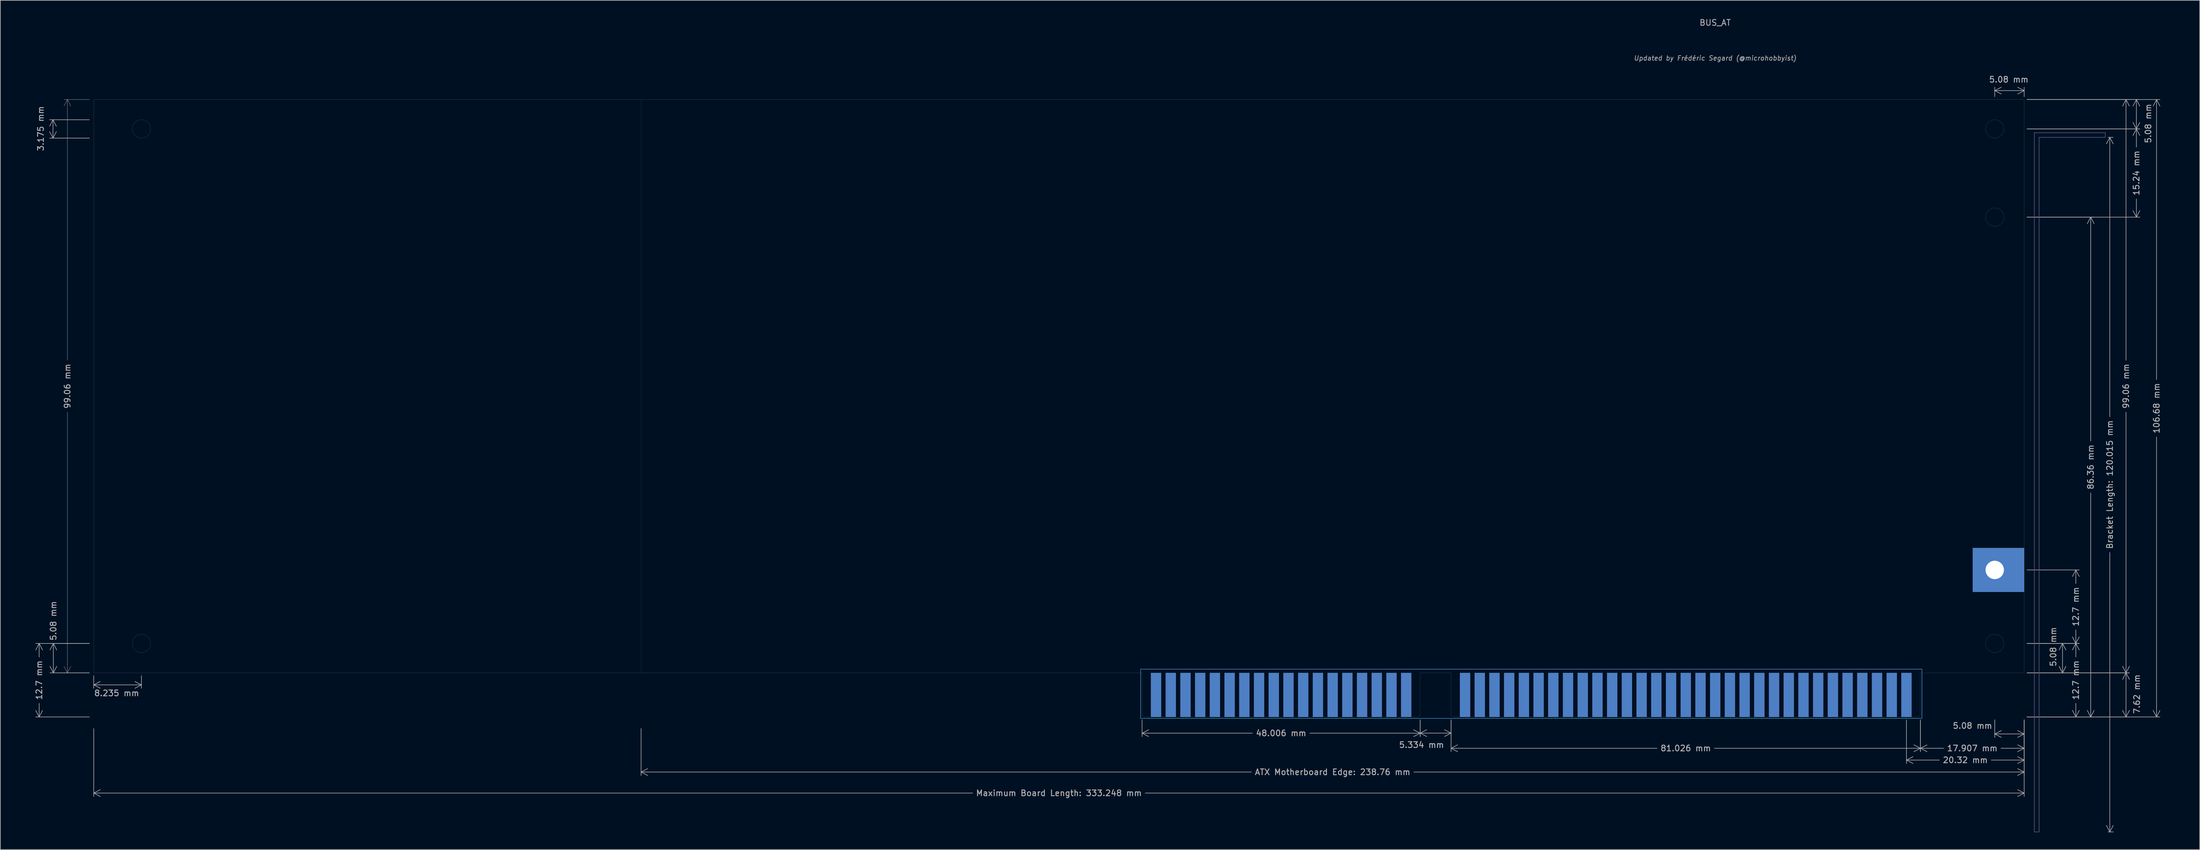
<source format=kicad_pcb>
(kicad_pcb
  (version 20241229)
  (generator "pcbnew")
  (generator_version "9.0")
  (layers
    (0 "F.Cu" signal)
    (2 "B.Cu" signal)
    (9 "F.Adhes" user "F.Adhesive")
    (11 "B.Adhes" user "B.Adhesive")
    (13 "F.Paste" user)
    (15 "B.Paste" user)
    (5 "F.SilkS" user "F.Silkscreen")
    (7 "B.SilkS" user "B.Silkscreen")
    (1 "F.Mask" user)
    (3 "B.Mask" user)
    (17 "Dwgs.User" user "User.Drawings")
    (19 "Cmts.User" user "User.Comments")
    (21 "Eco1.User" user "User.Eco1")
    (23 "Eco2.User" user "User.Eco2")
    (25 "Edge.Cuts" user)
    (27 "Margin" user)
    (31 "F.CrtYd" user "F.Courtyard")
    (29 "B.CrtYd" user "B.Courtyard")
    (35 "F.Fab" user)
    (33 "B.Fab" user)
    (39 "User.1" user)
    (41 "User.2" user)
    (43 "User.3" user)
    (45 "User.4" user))
  (footprint "BUS_AT"
    (layer "F.Cu")
    (at 326.058 120.83)
    (property "Reference" "BUS_AT" (at -33.02 -119.38 0) (layer "F.Fab") (effects (font (size 1 1) (thickness 0.15)) (justify bottom)))
    (attr exclude_from_pos_files exclude_from_bom)
    (fp_line (start -312.928 -7.62) (end -312.928 -106.68) (stroke (width 0.01) (type default)) (layer "Edge.Cuts"))
    (fp_line (start -218.44 -106.68) (end -312.928 -106.68) (stroke (width 0.01) (type default)) (layer "Edge.Cuts"))
    (fp_line (start -218.44 -106.68) (end 20.32 -106.68) (stroke (width 0.01) (type default)) (layer "Edge.Cuts"))
    (fp_line (start -218.44 -7.62) (end -312.928 -7.62) (stroke (width 0.01) (type default)) (layer "Edge.Cuts"))
    (fp_line (start -131.953 -7.62) (end -218.44 -7.62) (stroke (width 0.01) (type default)) (layer "Edge.Cuts"))
    (fp_line (start -131.953 -0.5) (end -131.953 -7.62) (stroke (width 0.01) (type default)) (layer "Edge.Cuts"))
    (fp_line (start -131.453 0) (end -84.447 0) (stroke (width 0.01) (type default)) (layer "Edge.Cuts"))
    (fp_line (start -83.947 -7.62) (end -78.613 -7.62) (stroke (width 0.01) (type default)) (layer "Edge.Cuts"))
    (fp_line (start -83.947 -0.5) (end -83.947 -7.62) (stroke (width 0.01) (type default)) (layer "Edge.Cuts"))
    (fp_line (start -78.613 -0.5) (end -78.613 -7.62) (stroke (width 0.01) (type default)) (layer "Edge.Cuts"))
    (fp_line (start 1.913 0) (end -78.113 0) (stroke (width 0.01) (type default)) (layer "Edge.Cuts"))
    (fp_line (start 2.413 -0.5) (end 2.413 -7.62) (stroke (width 0.01) (type default)) (layer "Edge.Cuts"))
    (fp_line (start 20.32 -7.62) (end 2.413 -7.62) (stroke (width 0.01) (type default)) (layer "Edge.Cuts"))
    (fp_line (start 20.32 -7.62) (end 20.32 -106.68) (stroke (width 0.01) (type default)) (layer "Edge.Cuts"))
    (fp_arc (start -131.453 0) (mid -131.806554 -0.146446) (end -131.953 -0.5) (stroke (width 0.01) (type default)) (layer "Edge.Cuts"))
    (fp_arc (start -83.947 -0.5) (mid -84.093446 -0.146446) (end -84.447 0) (stroke (width 0.01) (type default)) (layer "Edge.Cuts"))
    (fp_arc (start -78.113 0) (mid -78.466554 -0.146446) (end -78.613 -0.5) (stroke (width 0.01) (type default)) (layer "Edge.Cuts"))
    (fp_arc (start 2.413 -0.5) (mid 2.266554 -0.146446) (end 1.913 0) (stroke (width 0.01) (type default)) (layer "Edge.Cuts"))
    (fp_circle (center -304.692 -101.6) (end -303.104 -101.6) (stroke (width 0.01) (type default)) (fill no) (layer "Edge.Cuts"))
    (fp_circle (center -304.692 -12.7) (end -303.104 -12.7) (stroke (width 0.01) (type default)) (fill no) (layer "Edge.Cuts"))
    (fp_circle (center 15.24 -101.6) (end 16.828 -101.6) (stroke (width 0.01) (type default)) (fill no) (layer "Edge.Cuts"))
    (fp_circle (center 15.24 -86.36) (end 16.828 -86.36) (stroke (width 0.01) (type default)) (fill no) (layer "Edge.Cuts"))
    (fp_circle (center 15.24 -12.7) (end 16.828 -12.7) (stroke (width 0.01) (type default)) (fill no) (layer "Edge.Cuts"))
    (fp_rect (start 2.667 -8.255) (end -132.207 0.254) (stroke (width 0.05) (type default)) (fill no) (layer "B.CrtYd"))
    (fp_rect (start -132.207 0.254) (end 2.667 -8.255) (stroke (width 0.05) (type default)) (fill no) (layer "F.CrtYd"))
    (fp_line (start 22.079 -100.941) (end 22.079 19.868) (stroke (width 0.1) (type default)) (layer "B.Fab"))
    (fp_line (start 22.079 19.868) (end 22.892 19.868) (stroke (width 0.1) (type default)) (layer "B.Fab"))
    (fp_line (start 22.892 -100.146) (end 34.322 -100.147) (stroke (width 0.1) (type default)) (layer "B.Fab"))
    (fp_line (start 22.892 19.868) (end 22.892 -100.146) (stroke (width 0.1) (type default)) (layer "B.Fab"))
    (fp_line (start 34.322 -100.941) (end 22.079 -100.941) (stroke (width 0.1) (type default)) (layer "B.Fab"))
    (fp_line (start 34.322 -100.147) (end 34.322 -100.941) (stroke (width 0.1) (type default)) (layer "B.Fab"))
    (fp_line (start -218.44 -7.62) (end -218.44 -106.68) (stroke (width 0.01) (type default)) (layer "F.Fab"))
    (fp_rect (start -312.928 -7.62) (end -312.127 0) (stroke (width 0.000025) (type default)) (fill no) (layer "F.Fab"))
    (fp_rect (start 11.43 -29.21) (end 20.32 -21.59) (stroke (width 0.001) (type default)) (fill no) (layer "F.Fab"))
    (fp_text user "Updated by Frédéric Segard (@microhobbyist)" (at -33.02 -114.3 0) (layer "F.Fab") (effects (font (size 0.8 0.8) (thickness 0.12) (italic yes)) (justify top)))
    (dimension (type aligned) (layer "F.Fab") (pts (xy 12.876 113.21) (xy 12.876 14.15)) (height -4.29) (format (prefix "") (suffix "") (units 3) (units_format 1) (precision 4) (suppress_zeroes yes)) (style (thickness 0.05) (arrow_length 1.27) (text_position_mode 1) (arrow_direction outward) (extension_height 0.586) (extension_offset 0.5) (keep_text_aligned yes)) (gr_text "99.06 mm" (at 8.586 63.68 90) (layer "F.Fab") (effects (font (size 1 1) (thickness 0.15)))))
    (dimension (type aligned) (layer "F.Fab") (pts (xy 346.378 108.13) (xy 346.378 95.43)) (height 8.918) (format (prefix "") (suffix "") (units 3) (units_format 1) (precision 4) (suppress_zeroes yes)) (style (thickness 0.1) (arrow_length 1.27) (text_position_mode 1) (arrow_direction outward) (extension_height 0.586) (extension_offset 0.5) (keep_text_aligned yes)) (gr_text "12.7 mm" (at 355.296 101.78 90) (layer "F.Fab") (effects (font (size 1 1) (thickness 0.15)))))
    (dimension (type aligned) (layer "F.Fab") (pts (xy 346.378 120.83) (xy 346.378 34.47)) (height 11.483) (format (prefix "") (suffix "") (units 3) (units_format 1) (precision 4) (suppress_zeroes yes)) (style (thickness 0.1) (arrow_length 1.27) (text_position_mode 1) (arrow_direction outward) (extension_height 0.586) (extension_offset 0.5) (keep_text_aligned yes)) (gr_text "86.36 mm" (at 357.862 77.65 90) (layer "F.Fab") (effects (font (size 1 1) (thickness 0.15)))))
    (dimension (type aligned) (layer "F.Fab") (pts (xy 346.378 34.47) (xy 346.378 19.23)) (height 19.371) (format (prefix "") (suffix "") (units 3) (units_format 1) (precision 4) (suppress_zeroes yes)) (style (thickness 0.1) (arrow_length 1.27) (text_position_mode 1) (arrow_direction outward) (extension_height 0.586) (extension_offset 0.5) (keep_text_aligned yes)) (gr_text "15.24 mm" (at 365.75 26.85 90) (layer "F.Fab") (effects (font (size 1 1) (thickness 0.15)))))
    (dimension (type aligned) (layer "F.Fab") (pts (xy 12.876 17.642) (xy 12.876 20.817)) (height 6.778) (format (prefix "") (suffix "") (units 3) (units_format 1) (precision 4) (suppress_zeroes yes)) (style (thickness 0.1) (arrow_length 1.27) (text_position_mode 2) (arrow_direction outward) (extension_height 0.586) (extension_offset 0.5) (keep_text_aligned yes)) (gr_text "3.175 mm" (at 3.982 19.169 90) (layer "F.Fab") (effects (font (size 1 1) (thickness 0.15)))))
    (dimension (type aligned) (layer "F.Fab") (pts (xy 12.876 113.21) (xy 12.876 108.13)) (height -6.718) (format (prefix "") (suffix "") (units 3) (units_format 1) (precision 4) (suppress_zeroes yes)) (style (thickness 0.1) (arrow_length 1.27) (text_position_mode 2) (arrow_direction outward) (extension_height 0.586) (extension_offset 0.5) (keep_text_aligned yes)) (gr_text "5.08 mm" (at 6.167 107.701 90) (layer "F.Fab") (effects (font (size 1 1) (thickness 0.15)) (justify left))))
    (dimension (type aligned) (layer "F.Fab") (pts (xy 328.471 120.83) (xy 346.378 120.83)) (height 5.413) (format (prefix "") (suffix "") (units 3) (units_format 1) (precision 4) (suppress_zeroes yes)) (style (thickness 0.1) (arrow_length 1.27) (text_position_mode 1) (arrow_direction outward) (extension_height 0.586) (extension_offset 0.5) (keep_text_aligned yes)) (gr_text "17.907 mm" (at 337.425 126.243 0) (layer "F.Fab") (effects (font (size 1 1) (thickness 0.15)))))
    (dimension (type aligned) (layer "F.Fab") (pts (xy 346.378 14.15) (xy 341.298 14.15)) (height 1.541) (format (prefix "") (suffix "") (units 3) (units_format 1) (precision 4) (suppress_zeroes yes)) (style (thickness 0.1) (arrow_length 1.27) (text_position_mode 2) (arrow_direction outward) (extension_height 0.586) (extension_offset 0.5) (keep_text_aligned yes)) (gr_text "5.08 mm" (at 343.726 10.69 0) (layer "F.Fab") (effects (font (size 1 1) (thickness 0.15)))))
    (dimension (type aligned) (layer "F.Fab") (pts (xy 346.378 113.21) (xy 346.378 120.83)) (height -17.579) (format (prefix "") (suffix "") (units 3) (units_format 1) (precision 4) (suppress_zeroes yes)) (style (thickness 0.1) (arrow_length 1.27) (text_position_mode 2) (arrow_direction outward) (extension_height 0.586) (extension_offset 0.5) (keep_text_aligned yes)) (gr_text "7.62 mm" (at 365.835 116.894 90) (layer "F.Fab") (effects (font (size 1 1) (thickness 0.15)))))
    (dimension (type aligned) (layer "F.Fab") (pts (xy 360.38 20.683) (xy 360.38 140.698)) (height -0.781) (format (prefix "Bracket Length: ") (suffix "") (units 3) (units_format 1) (precision 4) (suppress_zeroes yes)) (style (thickness 0.1) (arrow_length 1.27) (text_position_mode 1) (arrow_direction outward) (extension_height 0.586) (extension_offset 0.5)) (gr_text "Bracket Length: 120.015 mm" (at 361.161 80.691 90) (layer "F.Fab") (effects (font (size 1 1) (thickness 0.15)))))
    (dimension (type aligned) (layer "F.Fab") (pts (xy 346.378 19.23) (xy 346.378 14.15)) (height 19.372) (format (prefix "") (suffix "") (units 3) (units_format 1) (precision 4) (suppress_zeroes yes)) (style (thickness 0.1) (arrow_length 1.27) (text_position_mode 2) (arrow_direction outward) (extension_height 0.586) (extension_offset 0.5) (keep_text_aligned yes)) (gr_text "5.08 mm" (at 367.792 14.809 90) (layer "F.Fab") (effects (font (size 1 1) (thickness 0.15)) (justify right))))
    (dimension (type aligned) (layer "F.Fab") (pts (xy 12.876 120.83) (xy 12.876 108.13)) (height -9.168) (format (prefix "") (suffix "") (units 3) (units_format 1) (precision 4) (suppress_zeroes yes)) (style (thickness 0.1) (arrow_length 1.27) (text_position_mode 1) (arrow_direction outward) (extension_height 0.586) (extension_offset 0.5) (keep_text_aligned yes)) (gr_text "12.7 mm" (at 3.708 114.48 90) (layer "F.Fab") (effects (font (size 1 1) (thickness 0.15)))))
    (dimension (type aligned) (layer "F.Fab") (pts (xy 346.378 120.83) (xy 107.618 120.83)) (height -9.522) (format (prefix "ATX Motherboard Edge: ") (suffix "") (units 3) (units_format 1) (precision 4) (suppress_zeroes yes)) (style (thickness 0.1) (arrow_length 1.27) (text_position_mode 1) (arrow_direction outward) (extension_height 0.586) (extension_offset 2) (keep_text_aligned yes)) (gr_text "ATX Motherboard Edge: 238.76 mm" (at 226.998 130.352 0) (layer "F.Fab") (effects (font (size 1 1) (thickness 0.15)))))
    (dimension (type aligned) (layer "F.Fab") (pts (xy 346.378 113.21) (xy 346.378 108.13)) (height 6.62) (format (prefix "") (suffix "") (units 3) (units_format 1) (precision 4) (suppress_zeroes yes)) (style (thickness 0.1) (arrow_length 1.27) (text_position_mode 2) (arrow_direction outward) (extension_height 0.586) (extension_offset 0.5) (keep_text_aligned yes)) (gr_text "5.08 mm" (at 351.399 112.185 90) (layer "F.Fab") (effects (font (size 1 1) (thickness 0.15)) (justify left))))
    (dimension (type aligned) (layer "F.Fab") (pts (xy 346.378 113.21) (xy 346.378 14.15)) (height 17.579) (format (prefix "") (suffix "") (units 3) (units_format 1) (precision 4) (suppress_zeroes yes)) (style (thickness 0.1) (arrow_length 1.27) (text_position_mode 1) (arrow_direction outward) (extension_height 0.586) (extension_offset 0.5) (keep_text_aligned yes)) (gr_text "99.06 mm" (at 363.957 63.68 90) (layer "F.Fab") (effects (font (size 1 1) (thickness 0.15)))))
    (dimension (type aligned) (layer "F.Fab") (pts (xy 194.105 120.83) (xy 242.111 120.83)) (height 2.806) (format (prefix "") (suffix "") (units 3) (units_format 1) (precision 4) (suppress_zeroes yes)) (style (thickness 0.1) (arrow_length 1.27) (text_position_mode 1) (arrow_direction outward) (extension_height 0.586) (extension_offset 0.5) (keep_text_aligned yes)) (gr_text "48.006 mm" (at 218.108 123.636 0) (layer "F.Fab") (effects (font (size 1 1) (thickness 0.15)))))
    (dimension (type aligned) (layer "F.Fab") (pts (xy 346.378 120.83) (xy 346.378 108.13)) (height 8.918) (format (prefix "") (suffix "") (units 3) (units_format 1) (precision 4) (suppress_zeroes yes)) (style (thickness 0.1) (arrow_length 1.27) (text_position_mode 1) (arrow_direction outward) (extension_height 0.586) (extension_offset 0.5) (keep_text_aligned yes)) (gr_text "12.7 mm" (at 355.296 114.48 90) (layer "F.Fab") (effects (font (size 1 1) (thickness 0.15)))))
    (dimension (type aligned) (layer "F.Fab") (pts (xy 346.378 120.83) (xy 13.13 120.83)) (height -13.154) (format (prefix "Maximum Board Length: ") (suffix "") (units 3) (units_format 1) (precision 4) (suppress_zeroes yes)) (style (thickness 0.1) (arrow_length 1.27) (text_position_mode 1) (arrow_direction outward) (extension_height 0.586) (extension_offset 2) (keep_text_aligned yes)) (gr_text "Maximum Board Length: 333.248 mm" (at 179.754 133.984 0) (layer "F.Fab") (effects (font (size 1 1) (thickness 0.15)))))
    (dimension (type aligned) (layer "F.Fab") (pts (xy 326.058 120.83) (xy 346.378 120.83)) (height 7.453) (format (prefix "") (suffix "") (units 3) (units_format 1) (precision 4) (suppress_zeroes yes)) (style (thickness 0.1) (arrow_length 1.27) (text_position_mode 1) (arrow_direction outward) (extension_height 0.586) (extension_offset 0.5) (keep_text_aligned yes)) (gr_text "20.32 mm" (at 336.218 128.283 0) (layer "F.Fab") (effects (font (size 1 1) (thickness 0.15)))))
    (dimension (type aligned) (layer "F.Fab") (pts (xy 21.366 113.21) (xy 13.131 113.21)) (height -2.078) (format (prefix "") (suffix "") (units 3) (units_format 1) (precision 4) (suppress_zeroes yes)) (style (thickness 0.1) (arrow_length 1.27) (text_position_mode 2) (arrow_direction outward) (extension_height 0.586) (extension_offset 0.5) (keep_text_aligned yes)) (gr_text "8.235 mm" (at 17.096 116.722 0) (layer "F.Fab") (effects (font (size 1 1) (thickness 0.15)))))
    (dimension (type aligned) (layer "F.Fab") (pts (xy 346.378 120.83) (xy 346.378 14.15)) (height 22.851) (format (prefix "") (suffix "") (units 3) (units_format 1) (precision 4) (suppress_zeroes yes)) (style (thickness 0.1) (arrow_length 1.27) (text_position_mode 1) (arrow_direction outward) (extension_height 0.586) (extension_offset 0.5) (keep_text_aligned yes)) (gr_text "106.68 mm" (at 369.229 67.49 90) (layer "F.Fab") (effects (font (size 1 1) (thickness 0.15)))))
    (dimension (type aligned) (layer "F.Fab") (pts (xy 242.111 120.83) (xy 247.445 120.83)) (height 2.794) (format (prefix "") (suffix "") (units 3) (units_format 1) (precision 4) (suppress_zeroes yes)) (style (thickness 0.1) (arrow_length 1.27) (text_position_mode 2) (arrow_direction outward) (extension_height 0.586) (extension_offset 0.5) (keep_text_aligned yes)) (gr_text "5.334 mm" (at 246.302 125.656 0) (layer "F.Fab") (effects (font (size 1 1) (thickness 0.15)) (justify right))))
    (dimension (type aligned) (layer "F.Fab") (pts (xy 341.298 120.83) (xy 346.378 120.83)) (height 2.942) (format (prefix "") (suffix "") (units 3) (units_format 1) (precision 4) (suppress_zeroes yes)) (style (thickness 0.1) (arrow_length 1.27) (text_position_mode 2) (arrow_direction outward) (extension_height 0.586) (extension_offset 0.5) (keep_text_aligned yes)) (gr_text "5.08 mm" (at 340.939 122.352 0) (layer "F.Fab") (effects (font (size 1 1) (thickness 0.15)) (justify right))))
    (dimension (type aligned) (layer "F.Fab") (pts (xy 247.445 120.83) (xy 328.471 120.83)) (height 5.413) (format (prefix "") (suffix "") (units 3) (units_format 1) (precision 4) (suppress_zeroes yes)) (style (thickness 0.1) (arrow_length 1.27) (text_position_mode 1) (arrow_direction outward) (extension_height 0.586) (extension_offset 0.5) (keep_text_aligned yes)) (gr_text "81.026 mm" (at 287.958 126.243 0) (layer "F.Fab") (effects (font (size 1 1) (thickness 0.15)))))
    (pad "0" thru_hole rect (at 15.24 -25.4) (size 8.89 7.62) (drill 3.175 (offset 0.635 0)) (layers "*.Cu" "*.Mask"))
    (pad "1" connect rect (at 0 -3.81) (size 1.78 7.62) (layers "B.Cu" "B.Mask"))
    (pad "2" connect rect (at -2.54 -3.81) (size 1.78 7.62) (layers "B.Cu" "B.Mask"))
    (pad "3" connect rect (at -5.08 -3.81) (size 1.78 7.62) (layers "B.Cu" "B.Mask"))
    (pad "4" connect rect (at -7.62 -3.81) (size 1.78 7.62) (layers "B.Cu" "B.Mask"))
    (pad "5" connect rect (at -10.16 -3.81) (size 1.78 7.62) (layers "B.Cu" "B.Mask"))
    (pad "6" connect rect (at -12.7 -3.81) (size 1.78 7.62) (layers "B.Cu" "B.Mask"))
    (pad "7" connect rect (at -15.24 -3.81) (size 1.78 7.62) (layers "B.Cu" "B.Mask"))
    (pad "8" connect rect (at -17.78 -3.81) (size 1.78 7.62) (layers "B.Cu" "B.Mask"))
    (pad "9" connect rect (at -20.32 -3.81) (size 1.78 7.62) (layers "B.Cu" "B.Mask"))
    (pad "10" connect rect (at -22.86 -3.81) (size 1.78 7.62) (layers "B.Cu" "B.Mask"))
    (pad "11" connect rect (at -25.4 -3.81) (size 1.78 7.62) (layers "B.Cu" "B.Mask"))
    (pad "12" connect rect (at -27.94 -3.81) (size 1.78 7.62) (layers "B.Cu" "B.Mask"))
    (pad "13" connect rect (at -30.48 -3.81) (size 1.78 7.62) (layers "B.Cu" "B.Mask"))
    (pad "14" connect rect (at -33.02 -3.81) (size 1.78 7.62) (layers "B.Cu" "B.Mask"))
    (pad "15" connect rect (at -35.56 -3.81) (size 1.78 7.62) (layers "B.Cu" "B.Mask"))
    (pad "16" connect rect (at -38.1 -3.81) (size 1.78 7.62) (layers "B.Cu" "B.Mask"))
    (pad "17" connect rect (at -40.64 -3.81) (size 1.78 7.62) (layers "B.Cu" "B.Mask"))
    (pad "18" connect rect (at -43.18 -3.81) (size 1.78 7.62) (layers "B.Cu" "B.Mask"))
    (pad "19" connect rect (at -45.72 -3.81) (size 1.78 7.62) (layers "B.Cu" "B.Mask"))
    (pad "20" connect rect (at -48.26 -3.81) (size 1.78 7.62) (layers "B.Cu" "B.Mask"))
    (pad "21" connect rect (at -50.8 -3.81) (size 1.78 7.62) (layers "B.Cu" "B.Mask"))
    (pad "22" connect rect (at -53.34 -3.81) (size 1.78 7.62) (layers "B.Cu" "B.Mask"))
    (pad "23" connect rect (at -55.88 -3.81) (size 1.78 7.62) (layers "B.Cu" "B.Mask"))
    (pad "24" connect rect (at -58.42 -3.81) (size 1.78 7.62) (layers "B.Cu" "B.Mask"))
    (pad "25" connect rect (at -60.96 -3.81) (size 1.78 7.62) (layers "B.Cu" "B.Mask"))
    (pad "26" connect rect (at -63.5 -3.81) (size 1.78 7.62) (layers "B.Cu" "B.Mask"))
    (pad "27" connect rect (at -66.04 -3.81) (size 1.78 7.62) (layers "B.Cu" "B.Mask"))
    (pad "28" connect rect (at -68.58 -3.81) (size 1.78 7.62) (layers "B.Cu" "B.Mask"))
    (pad "29" connect rect (at -71.12 -3.81) (size 1.78 7.62) (layers "B.Cu" "B.Mask"))
    (pad "30" connect rect (at -73.66 -3.81) (size 1.78 7.62) (layers "B.Cu" "B.Mask"))
    (pad "31" connect rect (at -76.2 -3.81) (size 1.78 7.62) (layers "B.Cu" "B.Mask"))
    (pad "32" connect rect (at 0 -3.81) (size 1.78 7.62) (layers "F.Cu" "F.Mask"))
    (pad "33" connect rect (at -2.54 -3.81) (size 1.78 7.62) (layers "F.Cu" "F.Mask"))
    (pad "34" connect rect (at -5.08 -3.81) (size 1.78 7.62) (layers "F.Cu" "F.Mask"))
    (pad "35" connect rect (at -7.62 -3.81) (size 1.78 7.62) (layers "F.Cu" "F.Mask"))
    (pad "36" connect rect (at -10.16 -3.81) (size 1.78 7.62) (layers "F.Cu" "F.Mask"))
    (pad "37" connect rect (at -12.7 -3.81) (size 1.78 7.62) (layers "F.Cu" "F.Mask"))
    (pad "38" connect rect (at -15.24 -3.81) (size 1.78 7.62) (layers "F.Cu" "F.Mask"))
    (pad "39" connect rect (at -17.78 -3.81) (size 1.78 7.62) (layers "F.Cu" "F.Mask"))
    (pad "40" connect rect (at -20.32 -3.81) (size 1.78 7.62) (layers "F.Cu" "F.Mask"))
    (pad "41" connect rect (at -22.86 -3.81) (size 1.78 7.62) (layers "F.Cu" "F.Mask"))
    (pad "42" connect rect (at -25.4 -3.81) (size 1.78 7.62) (layers "F.Cu" "F.Mask"))
    (pad "43" connect rect (at -27.94 -3.81) (size 1.78 7.62) (layers "F.Cu" "F.Mask"))
    (pad "44" connect rect (at -30.48 -3.81) (size 1.78 7.62) (layers "F.Cu" "F.Mask"))
    (pad "45" connect rect (at -33.02 -3.81) (size 1.78 7.62) (layers "F.Cu" "F.Mask"))
    (pad "46" connect rect (at -35.56 -3.81) (size 1.78 7.62) (layers "F.Cu" "F.Mask"))
    (pad "47" connect rect (at -38.1 -3.81) (size 1.78 7.62) (layers "F.Cu" "F.Mask"))
    (pad "48" connect rect (at -40.64 -3.81) (size 1.78 7.62) (layers "F.Cu" "F.Mask"))
    (pad "49" connect rect (at -43.18 -3.81) (size 1.78 7.62) (layers "F.Cu" "F.Mask"))
    (pad "50" connect rect (at -45.72 -3.81) (size 1.78 7.62) (layers "F.Cu" "F.Mask"))
    (pad "51" connect rect (at -48.26 -3.81) (size 1.78 7.62) (layers "F.Cu" "F.Mask"))
    (pad "52" connect rect (at -50.8 -3.81) (size 1.78 7.62) (layers "F.Cu" "F.Mask"))
    (pad "53" connect rect (at -53.34 -3.81) (size 1.78 7.62) (layers "F.Cu" "F.Mask"))
    (pad "54" connect rect (at -55.88 -3.81) (size 1.78 7.62) (layers "F.Cu" "F.Mask"))
    (pad "55" connect rect (at -58.42 -3.81) (size 1.78 7.62) (layers "F.Cu" "F.Mask"))
    (pad "56" connect rect (at -60.96 -3.81) (size 1.78 7.62) (layers "F.Cu" "F.Mask"))
    (pad "57" connect rect (at -63.5 -3.81) (size 1.78 7.62) (layers "F.Cu" "F.Mask"))
    (pad "58" connect rect (at -66.04 -3.81) (size 1.78 7.62) (layers "F.Cu" "F.Mask"))
    (pad "59" connect rect (at -68.58 -3.81) (size 1.78 7.62) (layers "F.Cu" "F.Mask"))
    (pad "60" connect rect (at -71.12 -3.81) (size 1.78 7.62) (layers "F.Cu" "F.Mask"))
    (pad "61" connect rect (at -73.66 -3.81) (size 1.78 7.62) (layers "F.Cu" "F.Mask"))
    (pad "62" connect rect (at -76.2 -3.81) (size 1.78 7.62) (layers "F.Cu" "F.Mask"))
    (pad "63" connect rect (at -86.36 -3.81) (size 1.78 7.62) (layers "B.Cu" "B.Mask"))
    (pad "64" connect rect (at -88.9 -3.81) (size 1.78 7.62) (layers "B.Cu" "B.Mask"))
    (pad "65" connect rect (at -91.44 -3.81) (size 1.78 7.62) (layers "B.Cu" "B.Mask"))
    (pad "66" connect rect (at -93.98 -3.81) (size 1.78 7.62) (layers "B.Cu" "B.Mask"))
    (pad "67" connect rect (at -96.52 -3.81) (size 1.78 7.62) (layers "B.Cu" "B.Mask"))
    (pad "68" connect rect (at -99.06 -3.81) (size 1.78 7.62) (layers "B.Cu" "B.Mask"))
    (pad "69" connect rect (at -101.6 -3.81) (size 1.78 7.62) (layers "B.Cu" "B.Mask"))
    (pad "70" connect rect (at -104.14 -3.81) (size 1.78 7.62) (layers "B.Cu" "B.Mask"))
    (pad "71" connect rect (at -106.68 -3.81) (size 1.78 7.62) (layers "B.Cu" "B.Mask"))
    (pad "72" connect rect (at -109.22 -3.81) (size 1.78 7.62) (layers "B.Cu" "B.Mask"))
    (pad "73" connect rect (at -111.76 -3.81) (size 1.78 7.62) (layers "B.Cu" "B.Mask"))
    (pad "74" connect rect (at -114.3 -3.81) (size 1.78 7.62) (layers "B.Cu" "B.Mask"))
    (pad "75" connect rect (at -116.84 -3.81) (size 1.78 7.62) (layers "B.Cu" "B.Mask"))
    (pad "76" connect rect (at -119.38 -3.81) (size 1.78 7.62) (layers "B.Cu" "B.Mask"))
    (pad "77" connect rect (at -121.92 -3.81) (size 1.78 7.62) (layers "B.Cu" "B.Mask"))
    (pad "78" connect rect (at -124.46 -3.81) (size 1.78 7.62) (layers "B.Cu" "B.Mask"))
    (pad "79" connect rect (at -127 -3.81) (size 1.78 7.62) (layers "B.Cu" "B.Mask"))
    (pad "80" connect rect (at -129.54 -3.81) (size 1.78 7.62) (layers "B.Cu" "B.Mask"))
    (pad "81" connect rect (at -86.36 -3.81) (size 1.78 7.62) (layers "F.Cu" "F.Mask"))
    (pad "82" connect rect (at -88.9 -3.81) (size 1.78 7.62) (layers "F.Cu" "F.Mask"))
    (pad "83" connect rect (at -91.44 -3.81) (size 1.78 7.62) (layers "F.Cu" "F.Mask"))
    (pad "84" connect rect (at -93.98 -3.81) (size 1.78 7.62) (layers "F.Cu" "F.Mask"))
    (pad "85" connect rect (at -96.52 -3.81) (size 1.78 7.62) (layers "F.Cu" "F.Mask"))
    (pad "86" connect rect (at -99.06 -3.81) (size 1.78 7.62) (layers "F.Cu" "F.Mask"))
    (pad "87" connect rect (at -101.6 -3.81) (size 1.78 7.62) (layers "F.Cu" "F.Mask"))
    (pad "88" connect rect (at -104.14 -3.81) (size 1.78 7.62) (layers "F.Cu" "F.Mask"))
    (pad "89" connect rect (at -106.68 -3.81) (size 1.78 7.62) (layers "F.Cu" "F.Mask"))
    (pad "90" connect rect (at -109.22 -3.81) (size 1.78 7.62) (layers "F.Cu" "F.Mask"))
    (pad "91" connect rect (at -111.76 -3.81) (size 1.78 7.62) (layers "F.Cu" "F.Mask"))
    (pad "92" connect rect (at -114.3 -3.81) (size 1.78 7.62) (layers "F.Cu" "F.Mask"))
    (pad "93" connect rect (at -116.84 -3.81) (size 1.78 7.62) (layers "F.Cu" "F.Mask"))
    (pad "94" connect rect (at -119.38 -3.81) (size 1.78 7.62) (layers "F.Cu" "F.Mask"))
    (pad "95" connect rect (at -121.92 -3.81) (size 1.78 7.62) (layers "F.Cu" "F.Mask"))
    (pad "96" connect rect (at -124.46 -3.81) (size 1.78 7.62) (layers "F.Cu" "F.Mask"))
    (pad "97" connect rect (at -127 -3.81) (size 1.78 7.62) (layers "F.Cu" "F.Mask"))
    (pad "98" connect rect (at -129.54 -3.81) (size 1.78 7.62) (layers "F.Cu" "F.Mask")))
  (gr_rect
    (start -3 -3)
    (end 376.687 143.748)
    (stroke (width 0.1) (type default))
    (fill no)
    (layer "Edge.Cuts")))
</source>
